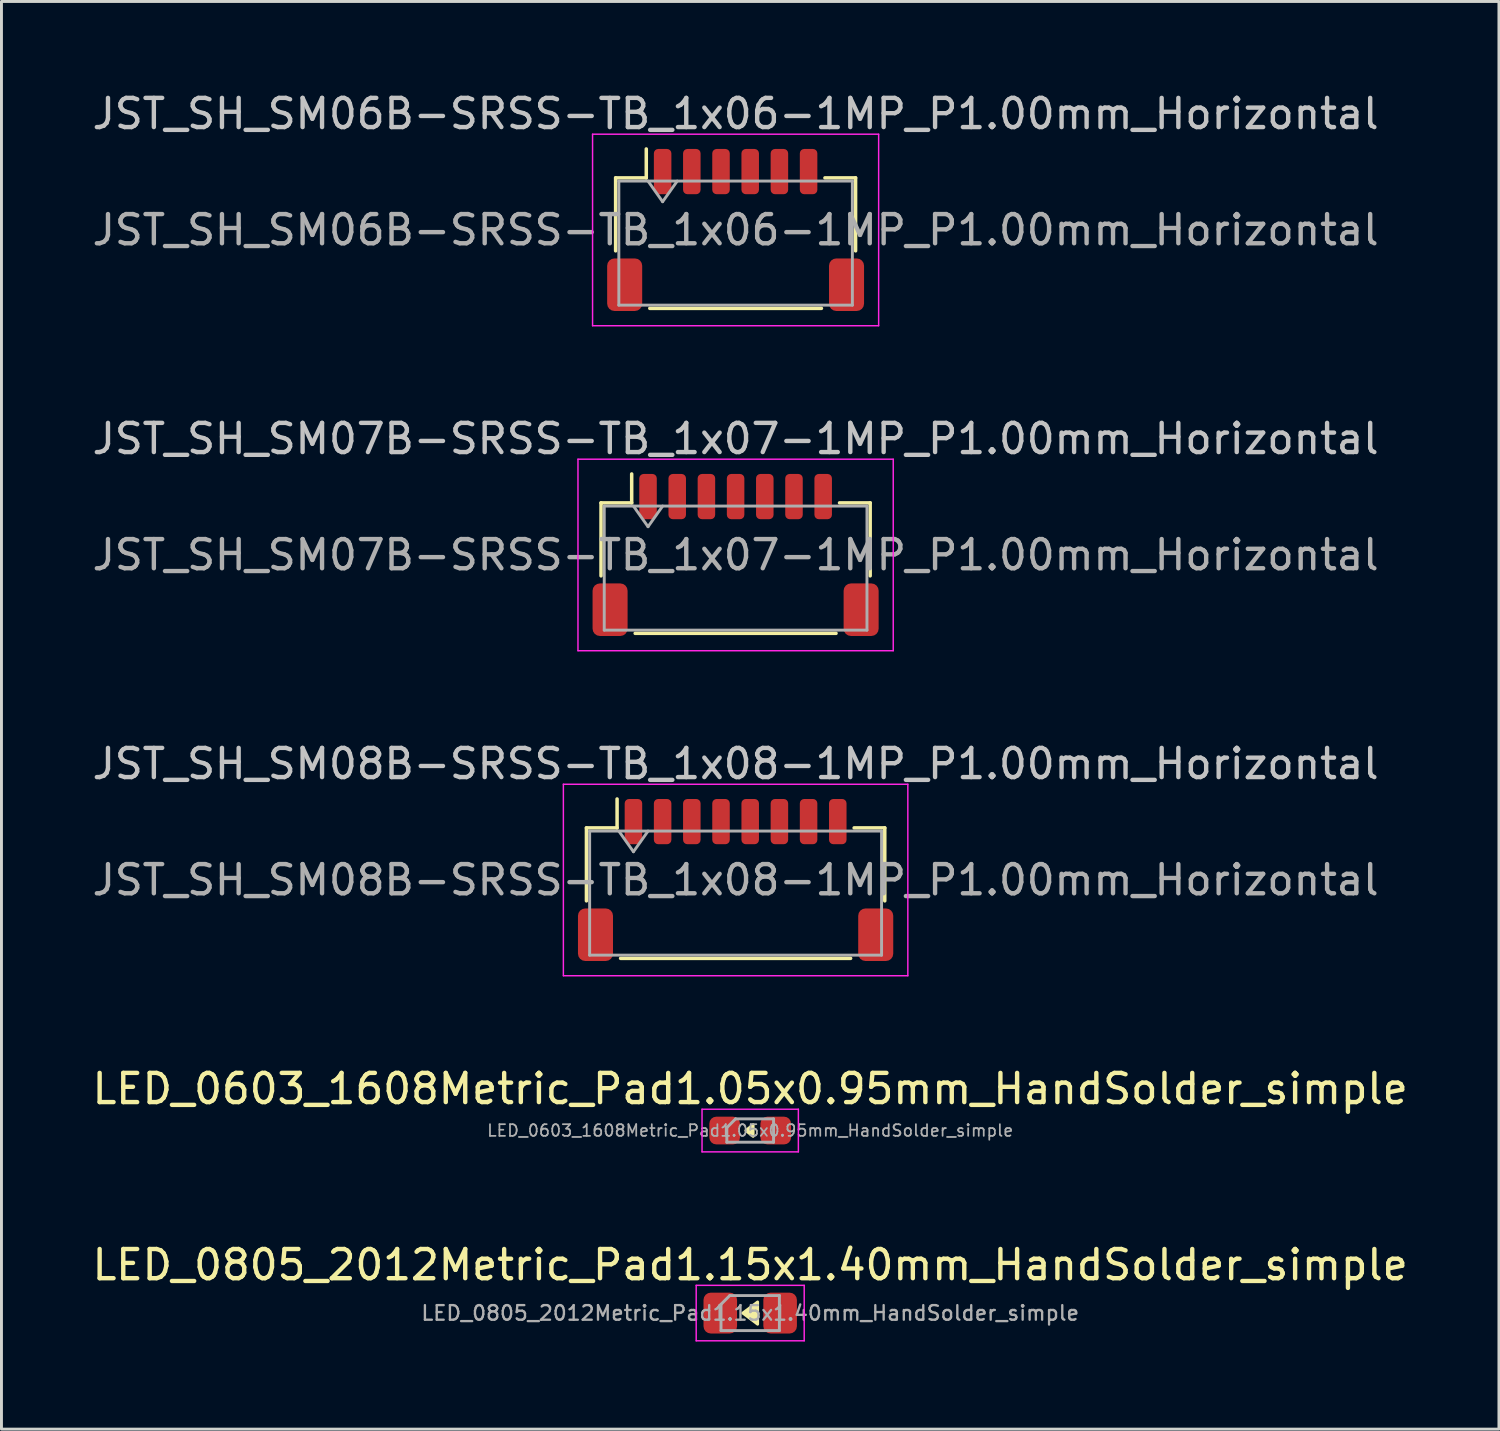
<source format=kicad_pcb>
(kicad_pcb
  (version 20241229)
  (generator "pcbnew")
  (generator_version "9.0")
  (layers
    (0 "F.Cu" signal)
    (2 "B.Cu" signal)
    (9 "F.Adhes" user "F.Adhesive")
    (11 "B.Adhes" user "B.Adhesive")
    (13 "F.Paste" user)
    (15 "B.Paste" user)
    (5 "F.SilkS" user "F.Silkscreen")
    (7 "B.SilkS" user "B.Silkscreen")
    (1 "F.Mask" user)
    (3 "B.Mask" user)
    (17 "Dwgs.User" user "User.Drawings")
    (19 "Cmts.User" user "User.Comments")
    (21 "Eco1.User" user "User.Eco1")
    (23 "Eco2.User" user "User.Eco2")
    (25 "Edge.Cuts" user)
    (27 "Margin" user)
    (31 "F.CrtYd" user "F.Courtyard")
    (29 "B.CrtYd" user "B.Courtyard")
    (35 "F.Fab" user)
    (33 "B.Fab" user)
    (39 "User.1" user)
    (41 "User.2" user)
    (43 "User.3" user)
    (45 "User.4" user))
  (footprint "JST_SH_SM08B-SRSS-TB_1x08-1MP_P1.00mm_Horizontal"
    (layer "F.Cu")
    (at 22.149 27.095)
    (property "Reference" "JST_SH_SM08B-SRSS-TB_1x08-1MP_P1.00mm_Horizontal" (at 0 -3.98 0) (layer "Dwgs.User") (effects (font (size 1 1) (thickness 0.15))))
    (attr smd)
    (fp_line (start -5.11 -1.785) (end -4.06 -1.785) (stroke (width 0.12) (type solid)) (layer "F.SilkS"))
    (fp_line (start -5.11 0.715) (end -5.11 -1.785) (stroke (width 0.12) (type solid)) (layer "F.SilkS"))
    (fp_line (start -4.06 -1.785) (end -4.06 -2.775) (stroke (width 0.12) (type solid)) (layer "F.SilkS"))
    (fp_line (start -3.94 2.685) (end 3.94 2.685) (stroke (width 0.12) (type solid)) (layer "F.SilkS"))
    (fp_line (start 5.11 -1.785) (end 4.06 -1.785) (stroke (width 0.12) (type solid)) (layer "F.SilkS"))
    (fp_line (start 5.11 0.715) (end 5.11 -1.785) (stroke (width 0.12) (type solid)) (layer "F.SilkS"))
    (fp_line (start -5.9 -3.28) (end -5.9 3.28) (stroke (width 0.05) (type solid)) (layer "F.CrtYd"))
    (fp_line (start -5.9 3.28) (end 5.9 3.28) (stroke (width 0.05) (type solid)) (layer "F.CrtYd"))
    (fp_line (start 5.9 -3.28) (end -5.9 -3.28) (stroke (width 0.05) (type solid)) (layer "F.CrtYd"))
    (fp_line (start 5.9 3.28) (end 5.9 -3.28) (stroke (width 0.05) (type solid)) (layer "F.CrtYd"))
    (fp_line (start -5 -1.675) (end -5 2.575) (stroke (width 0.1) (type solid)) (layer "F.Fab"))
    (fp_line (start -5 -1.675) (end 5 -1.675) (stroke (width 0.1) (type solid)) (layer "F.Fab"))
    (fp_line (start -5 2.575) (end 5 2.575) (stroke (width 0.1) (type solid)) (layer "F.Fab"))
    (fp_line (start -4 -1.675) (end -3.5 -0.968) (stroke (width 0.1) (type solid)) (layer "F.Fab"))
    (fp_line (start -3.5 -0.968) (end -3 -1.675) (stroke (width 0.1) (type solid)) (layer "F.Fab"))
    (fp_line (start 5 -1.675) (end 5 2.575) (stroke (width 0.1) (type solid)) (layer "F.Fab"))
    (fp_text user "${REFERENCE}" (at 0 0 0) (layer "F.Fab") (effects (font (size 1 1) (thickness 0.15))))
    (pad "1" smd roundrect (at -3.5 -2) (size 0.6 1.55) (layers "F.Cu" "F.Mask" "F.Paste") (roundrect_rratio 0.25))
    (pad "2" smd roundrect (at -2.5 -2) (size 0.6 1.55) (layers "F.Cu" "F.Mask" "F.Paste") (roundrect_rratio 0.25))
    (pad "3" smd roundrect (at -1.5 -2) (size 0.6 1.55) (layers "F.Cu" "F.Mask" "F.Paste") (roundrect_rratio 0.25))
    (pad "4" smd roundrect (at -0.5 -2) (size 0.6 1.55) (layers "F.Cu" "F.Mask" "F.Paste") (roundrect_rratio 0.25))
    (pad "5" smd roundrect (at 0.5 -2) (size 0.6 1.55) (layers "F.Cu" "F.Mask" "F.Paste") (roundrect_rratio 0.25))
    (pad "6" smd roundrect (at 1.5 -2) (size 0.6 1.55) (layers "F.Cu" "F.Mask" "F.Paste") (roundrect_rratio 0.25))
    (pad "7" smd roundrect (at 2.5 -2) (size 0.6 1.55) (layers "F.Cu" "F.Mask" "F.Paste") (roundrect_rratio 0.25))
    (pad "8" smd roundrect (at 3.5 -2) (size 0.6 1.55) (layers "F.Cu" "F.Mask" "F.Paste") (roundrect_rratio 0.25))
    (pad "MP" smd roundrect (at -4.8 1.875) (size 1.2 1.8) (layers "F.Cu" "F.Mask" "F.Paste") (roundrect_rratio 0.208))
    (pad "MP" smd roundrect (at 4.8 1.875) (size 1.2 1.8) (layers "F.Cu" "F.Mask" "F.Paste") (roundrect_rratio 0.208)))
  (footprint "JST_SH_SM07B-SRSS-TB_1x07-1MP_P1.00mm_Horizontal"
    (layer "F.Cu")
    (at 22.149 15.961)
    (property "Reference" "JST_SH_SM07B-SRSS-TB_1x07-1MP_P1.00mm_Horizontal" (at 0 -3.98 0) (layer "Dwgs.User") (effects (font (size 1 1) (thickness 0.15))))
    (attr smd)
    (fp_line (start -4.61 -1.785) (end -3.56 -1.785) (stroke (width 0.12) (type solid)) (layer "F.SilkS"))
    (fp_line (start -4.61 0.715) (end -4.61 -1.785) (stroke (width 0.12) (type solid)) (layer "F.SilkS"))
    (fp_line (start -3.56 -1.785) (end -3.56 -2.775) (stroke (width 0.12) (type solid)) (layer "F.SilkS"))
    (fp_line (start -3.44 2.685) (end 3.44 2.685) (stroke (width 0.12) (type solid)) (layer "F.SilkS"))
    (fp_line (start 4.61 -1.785) (end 3.56 -1.785) (stroke (width 0.12) (type solid)) (layer "F.SilkS"))
    (fp_line (start 4.61 0.715) (end 4.61 -1.785) (stroke (width 0.12) (type solid)) (layer "F.SilkS"))
    (fp_line (start -5.4 -3.28) (end -5.4 3.28) (stroke (width 0.05) (type solid)) (layer "F.CrtYd"))
    (fp_line (start -5.4 3.28) (end 5.4 3.28) (stroke (width 0.05) (type solid)) (layer "F.CrtYd"))
    (fp_line (start 5.4 -3.28) (end -5.4 -3.28) (stroke (width 0.05) (type solid)) (layer "F.CrtYd"))
    (fp_line (start 5.4 3.28) (end 5.4 -3.28) (stroke (width 0.05) (type solid)) (layer "F.CrtYd"))
    (fp_line (start -4.5 -1.675) (end -4.5 2.575) (stroke (width 0.1) (type solid)) (layer "F.Fab"))
    (fp_line (start -4.5 -1.675) (end 4.5 -1.675) (stroke (width 0.1) (type solid)) (layer "F.Fab"))
    (fp_line (start -4.5 2.575) (end 4.5 2.575) (stroke (width 0.1) (type solid)) (layer "F.Fab"))
    (fp_line (start -3.5 -1.675) (end -3 -0.968) (stroke (width 0.1) (type solid)) (layer "F.Fab"))
    (fp_line (start -3 -0.968) (end -2.5 -1.675) (stroke (width 0.1) (type solid)) (layer "F.Fab"))
    (fp_line (start 4.5 -1.675) (end 4.5 2.575) (stroke (width 0.1) (type solid)) (layer "F.Fab"))
    (fp_text user "${REFERENCE}" (at 0 0 0) (layer "F.Fab") (effects (font (size 1 1) (thickness 0.15))))
    (pad "1" smd roundrect (at -3 -2) (size 0.6 1.55) (layers "F.Cu" "F.Mask" "F.Paste") (roundrect_rratio 0.25))
    (pad "2" smd roundrect (at -2 -2) (size 0.6 1.55) (layers "F.Cu" "F.Mask" "F.Paste") (roundrect_rratio 0.25))
    (pad "3" smd roundrect (at -1 -2) (size 0.6 1.55) (layers "F.Cu" "F.Mask" "F.Paste") (roundrect_rratio 0.25))
    (pad "4" smd roundrect (at 0 -2) (size 0.6 1.55) (layers "F.Cu" "F.Mask" "F.Paste") (roundrect_rratio 0.25))
    (pad "5" smd roundrect (at 1 -2) (size 0.6 1.55) (layers "F.Cu" "F.Mask" "F.Paste") (roundrect_rratio 0.25))
    (pad "6" smd roundrect (at 2 -2) (size 0.6 1.55) (layers "F.Cu" "F.Mask" "F.Paste") (roundrect_rratio 0.25))
    (pad "7" smd roundrect (at 3 -2) (size 0.6 1.55) (layers "F.Cu" "F.Mask" "F.Paste") (roundrect_rratio 0.25))
    (pad "MP" smd roundrect (at -4.3 1.875) (size 1.2 1.8) (layers "F.Cu" "F.Mask" "F.Paste") (roundrect_rratio 0.208))
    (pad "MP" smd roundrect (at 4.3 1.875) (size 1.2 1.8) (layers "F.Cu" "F.Mask" "F.Paste") (roundrect_rratio 0.208)))
  (footprint "LED_0805_2012Metric_Pad1.15x1.40mm_HandSolder_simple"
    (layer "F.Cu")
    (at 22.649 41.931)
    (property "Reference" "LED_0805_2012Metric_Pad1.15x1.40mm_HandSolder_simple" (at 0 -1.65 0) (layer "F.SilkS") (effects (font (size 1 1) (thickness 0.15))))
    (attr smd)
    (fp_poly (pts (xy 0.254 -0.381) (xy 0.254 0.381) (xy -0.254 0)) (stroke (width 0.1) (type solid)) (fill yes) (layer "F.SilkS"))
    (fp_line (start -1.85 -0.95) (end 1.85 -0.95) (stroke (width 0.05) (type solid)) (layer "F.CrtYd"))
    (fp_line (start -1.85 0.95) (end -1.85 -0.95) (stroke (width 0.05) (type solid)) (layer "F.CrtYd"))
    (fp_line (start 1.85 -0.95) (end 1.85 0.95) (stroke (width 0.05) (type solid)) (layer "F.CrtYd"))
    (fp_line (start 1.85 0.95) (end -1.85 0.95) (stroke (width 0.05) (type solid)) (layer "F.CrtYd"))
    (fp_line (start -1 -0.3) (end -1 0.6) (stroke (width 0.1) (type solid)) (layer "F.Fab"))
    (fp_line (start -1 0.6) (end 1 0.6) (stroke (width 0.1) (type solid)) (layer "F.Fab"))
    (fp_line (start -0.7 -0.6) (end -1 -0.3) (stroke (width 0.1) (type solid)) (layer "F.Fab"))
    (fp_line (start 1 -0.6) (end -0.7 -0.6) (stroke (width 0.1) (type solid)) (layer "F.Fab"))
    (fp_line (start 1 0.6) (end 1 -0.6) (stroke (width 0.1) (type solid)) (layer "F.Fab"))
    (fp_text user "${REFERENCE}" (at 0 0 0) (layer "F.Fab") (effects (font (size 0.5 0.5) (thickness 0.08))))
    (pad "1" smd roundrect (at -1.025 0) (size 1.15 1.4) (layers "F.Cu" "F.Mask" "F.Paste") (roundrect_rratio 0.217))
    (pad "2" smd roundrect (at 1.025 0) (size 1.15 1.4) (layers "F.Cu" "F.Mask" "F.Paste") (roundrect_rratio 0.217)))
  (footprint "LED_0603_1608Metric_Pad1.05x0.95mm_HandSolder_simple"
    (layer "F.Cu")
    (at 22.649 35.678)
    (property "Reference" "LED_0603_1608Metric_Pad1.05x0.95mm_HandSolder_simple" (at 0 -1.43 0) (layer "F.SilkS") (effects (font (size 1 1) (thickness 0.15))))
    (attr smd)
    (fp_poly (pts (xy 0.1 -0.2) (xy 0.1 0.2) (xy -0.15 0)) (stroke (width 0.1) (type solid)) (fill yes) (layer "F.SilkS"))
    (fp_line (start -1.65 -0.73) (end 1.65 -0.73) (stroke (width 0.05) (type solid)) (layer "F.CrtYd"))
    (fp_line (start -1.65 0.73) (end -1.65 -0.73) (stroke (width 0.05) (type solid)) (layer "F.CrtYd"))
    (fp_line (start 1.65 -0.73) (end 1.65 0.73) (stroke (width 0.05) (type solid)) (layer "F.CrtYd"))
    (fp_line (start 1.65 0.73) (end -1.65 0.73) (stroke (width 0.05) (type solid)) (layer "F.CrtYd"))
    (fp_line (start -0.8 -0.1) (end -0.8 0.4) (stroke (width 0.1) (type solid)) (layer "F.Fab"))
    (fp_line (start -0.8 0.4) (end 0.8 0.4) (stroke (width 0.1) (type solid)) (layer "F.Fab"))
    (fp_line (start -0.5 -0.4) (end -0.8 -0.1) (stroke (width 0.1) (type solid)) (layer "F.Fab"))
    (fp_line (start 0.8 -0.4) (end -0.5 -0.4) (stroke (width 0.1) (type solid)) (layer "F.Fab"))
    (fp_line (start 0.8 0.4) (end 0.8 -0.4) (stroke (width 0.1) (type solid)) (layer "F.Fab"))
    (fp_text user "${REFERENCE}" (at 0 0 0) (layer "F.Fab") (effects (font (size 0.4 0.4) (thickness 0.06))))
    (pad "1" smd roundrect (at -0.875 0) (size 1.05 0.95) (layers "F.Cu" "F.Mask" "F.Paste") (roundrect_rratio 0.25))
    (pad "2" smd roundrect (at 0.875 0) (size 1.05 0.95) (layers "F.Cu" "F.Mask" "F.Paste") (roundrect_rratio 0.25)))
  (footprint "JST_SH_SM06B-SRSS-TB_1x06-1MP_P1.00mm_Horizontal"
    (layer "F.Cu")
    (at 22.149 4.828)
    (property "Reference" "JST_SH_SM06B-SRSS-TB_1x06-1MP_P1.00mm_Horizontal" (at 0 -3.98 0) (layer "Dwgs.User") (effects (font (size 1 1) (thickness 0.15))))
    (attr smd)
    (fp_line (start -4.11 -1.785) (end -3.06 -1.785) (stroke (width 0.12) (type solid)) (layer "F.SilkS"))
    (fp_line (start -4.11 0.715) (end -4.11 -1.785) (stroke (width 0.12) (type solid)) (layer "F.SilkS"))
    (fp_line (start -3.06 -1.785) (end -3.06 -2.775) (stroke (width 0.12) (type solid)) (layer "F.SilkS"))
    (fp_line (start -2.94 2.685) (end 2.94 2.685) (stroke (width 0.12) (type solid)) (layer "F.SilkS"))
    (fp_line (start 4.11 -1.785) (end 3.06 -1.785) (stroke (width 0.12) (type solid)) (layer "F.SilkS"))
    (fp_line (start 4.11 0.715) (end 4.11 -1.785) (stroke (width 0.12) (type solid)) (layer "F.SilkS"))
    (fp_line (start -4.9 -3.28) (end -4.9 3.28) (stroke (width 0.05) (type solid)) (layer "F.CrtYd"))
    (fp_line (start -4.9 3.28) (end 4.9 3.28) (stroke (width 0.05) (type solid)) (layer "F.CrtYd"))
    (fp_line (start 4.9 -3.28) (end -4.9 -3.28) (stroke (width 0.05) (type solid)) (layer "F.CrtYd"))
    (fp_line (start 4.9 3.28) (end 4.9 -3.28) (stroke (width 0.05) (type solid)) (layer "F.CrtYd"))
    (fp_line (start -4 -1.675) (end -4 2.575) (stroke (width 0.1) (type solid)) (layer "F.Fab"))
    (fp_line (start -4 -1.675) (end 4 -1.675) (stroke (width 0.1) (type solid)) (layer "F.Fab"))
    (fp_line (start -4 2.575) (end 4 2.575) (stroke (width 0.1) (type solid)) (layer "F.Fab"))
    (fp_line (start -3 -1.675) (end -2.5 -0.968) (stroke (width 0.1) (type solid)) (layer "F.Fab"))
    (fp_line (start -2.5 -0.968) (end -2 -1.675) (stroke (width 0.1) (type solid)) (layer "F.Fab"))
    (fp_line (start 4 -1.675) (end 4 2.575) (stroke (width 0.1) (type solid)) (layer "F.Fab"))
    (fp_text user "${REFERENCE}" (at 0 0 0) (layer "F.Fab") (effects (font (size 1 1) (thickness 0.15))))
    (pad "1" smd roundrect (at -2.5 -2) (size 0.6 1.55) (layers "F.Cu" "F.Mask" "F.Paste") (roundrect_rratio 0.25))
    (pad "2" smd roundrect (at -1.5 -2) (size 0.6 1.55) (layers "F.Cu" "F.Mask" "F.Paste") (roundrect_rratio 0.25))
    (pad "3" smd roundrect (at -0.5 -2) (size 0.6 1.55) (layers "F.Cu" "F.Mask" "F.Paste") (roundrect_rratio 0.25))
    (pad "4" smd roundrect (at 0.5 -2) (size 0.6 1.55) (layers "F.Cu" "F.Mask" "F.Paste") (roundrect_rratio 0.25))
    (pad "5" smd roundrect (at 1.5 -2) (size 0.6 1.55) (layers "F.Cu" "F.Mask" "F.Paste") (roundrect_rratio 0.25))
    (pad "6" smd roundrect (at 2.5 -2) (size 0.6 1.55) (layers "F.Cu" "F.Mask" "F.Paste") (roundrect_rratio 0.25))
    (pad "MP" smd roundrect (at -3.8 1.875) (size 1.2 1.8) (layers "F.Cu" "F.Mask" "F.Paste") (roundrect_rratio 0.208))
    (pad "MP" smd roundrect (at 3.8 1.875) (size 1.2 1.8) (layers "F.Cu" "F.Mask" "F.Paste") (roundrect_rratio 0.208)))
  (gr_rect
    (start -3 -3)
    (end 48.298 45.906)
    (stroke (width 0.1) (type default))
    (fill no)
    (layer "Edge.Cuts")))
</source>
